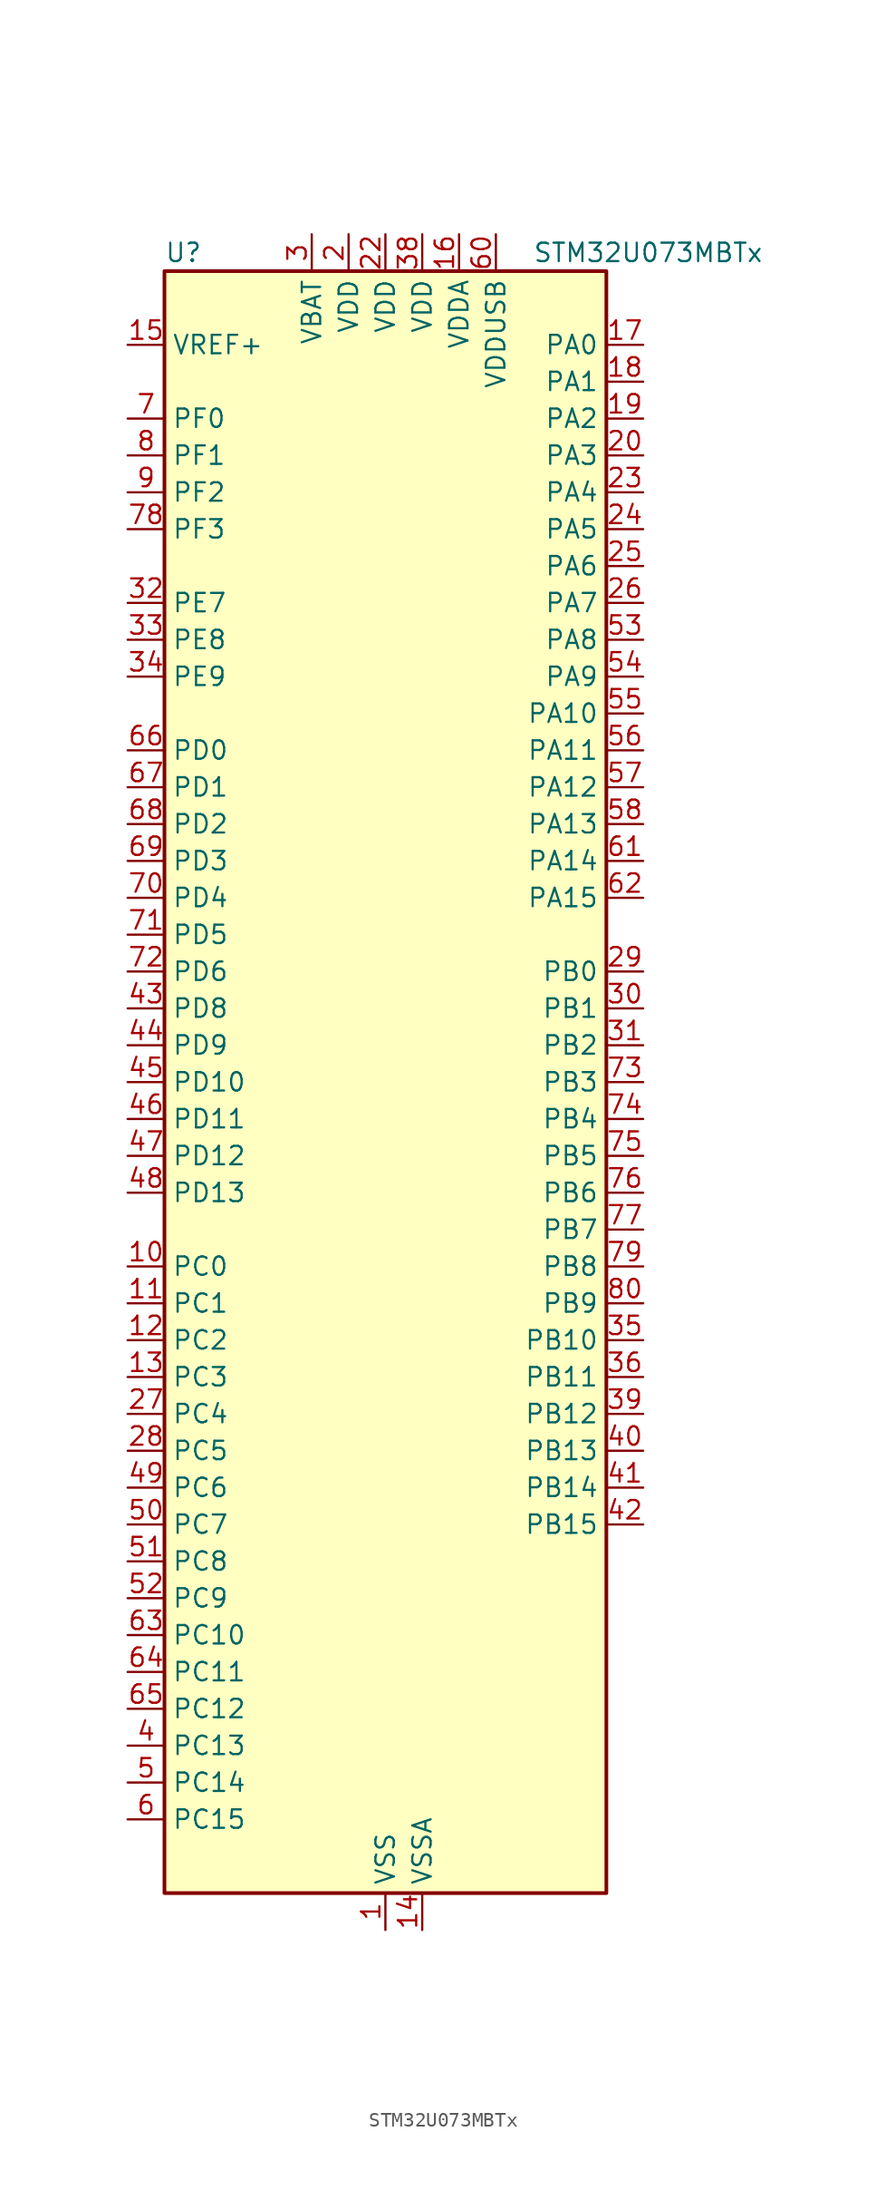
<source format=kicad_sym>
(kicad_symbol_lib
  (version 20241209)
  (generator "kicad_symbol_editor")
  (generator_version "9.0")
  (symbol "STM32U073MBTx"
    (property "Reference" "U"
      (at -15.24 57.15 0)
      (effects (font (size 1.27 1.27)) (justify left)))
    (property "Value" "STM32U073MBTx"
      (at 10.16 57.15 0)
      (effects (font (size 1.27 1.27)) (justify left)))
    (symbol "STM32U073MBTx_0_1"
      (rectangle (start -15.24 -55.88) (end 15.24 55.88) (stroke (width 0.254) (type default)) (fill (type background))))
    (symbol "STM32U073MBTx_1_1"
      (pin input line (at -17.78 50.8 0) (length 2.54) (name "VREF+" (effects (font (size 1.27 1.27)))) (number "15" (effects (font (size 1.27 1.27)))) (alternate "VREFBUF_OUT" bidirectional line))
      (pin bidirectional line (at -17.78 45.72 0) (length 2.54) (name "PF0" (effects (font (size 1.27 1.27)))) (number "7" (effects (font (size 1.27 1.27)))) (alternate "RCC_OSC_IN" bidirectional line))
      (pin bidirectional line (at -17.78 43.18 0) (length 2.54) (name "PF1" (effects (font (size 1.27 1.27)))) (number "8" (effects (font (size 1.27 1.27)))) (alternate "RCC_OSC_EN" bidirectional line) (alternate "RCC_OSC_OUT" bidirectional line))
      (pin bidirectional line (at -17.78 40.64 0) (length 2.54) (name "PF2" (effects (font (size 1.27 1.27)))) (number "9" (effects (font (size 1.27 1.27)))) (alternate "RCC_MCO" bidirectional line))
      (pin bidirectional line (at -17.78 38.1 0) (length 2.54) (name "PF3" (effects (font (size 1.27 1.27)))) (number "78" (effects (font (size 1.27 1.27)))))
      (pin bidirectional line (at -17.78 33.02 0) (length 2.54) (name "PE7" (effects (font (size 1.27 1.27)))) (number "32" (effects (font (size 1.27 1.27)))) (alternate "LCD_SEG45" bidirectional line) (alternate "TIM1_ETR" bidirectional line))
      (pin bidirectional line (at -17.78 30.48 0) (length 2.54) (name "PE8" (effects (font (size 1.27 1.27)))) (number "33" (effects (font (size 1.27 1.27)))) (alternate "LCD_SEG46" bidirectional line) (alternate "TIM1_CH1N" bidirectional line))
      (pin bidirectional line (at -17.78 27.94 0) (length 2.54) (name "PE9" (effects (font (size 1.27 1.27)))) (number "34" (effects (font (size 1.27 1.27)))) (alternate "DAC1_EXTI9" bidirectional line) (alternate "LCD_SEG47" bidirectional line) (alternate "LPTIM1_CH3" bidirectional line) (alternate "TIM1_CH1" bidirectional line))
      (pin bidirectional line (at -17.78 22.86 0) (length 2.54) (name "PD0" (effects (font (size 1.27 1.27)))) (number "66" (effects (font (size 1.27 1.27)))) (alternate "LCD_SEG34" bidirectional line) (alternate "SPI2_NSS" bidirectional line))
      (pin bidirectional line (at -17.78 20.32 0) (length 2.54) (name "PD1" (effects (font (size 1.27 1.27)))) (number "67" (effects (font (size 1.27 1.27)))) (alternate "LCD_SEG35" bidirectional line) (alternate "LPTIM1_CH4" bidirectional line) (alternate "SPI2_SCK" bidirectional line))
      (pin bidirectional line (at -17.78 17.78 0) (length 2.54) (name "PD2" (effects (font (size 1.27 1.27)))) (number "68" (effects (font (size 1.27 1.27)))) (alternate "LCD_COM7" bidirectional line) (alternate "LCD_SEG31" bidirectional line) (alternate "LCD_SEG51" bidirectional line) (alternate "TIM3_ETR" bidirectional line) (alternate "TSC_SYNC" bidirectional line) (alternate "USART3_DE" bidirectional line) (alternate "USART3_RTS" bidirectional line))
      (pin bidirectional line (at -17.78 15.24 0) (length 2.54) (name "PD3" (effects (font (size 1.27 1.27)))) (number "69" (effects (font (size 1.27 1.27)))) (alternate "LCD_SEG36" bidirectional line) (alternate "SPI2_MISO" bidirectional line) (alternate "USART2_CTS" bidirectional line))
      (pin bidirectional line (at -17.78 12.7 0) (length 2.54) (name "PD4" (effects (font (size 1.27 1.27)))) (number "70" (effects (font (size 1.27 1.27)))) (alternate "LCD_SEG37" bidirectional line) (alternate "LPTIM1_CH3" bidirectional line) (alternate "SPI2_MOSI" bidirectional line) (alternate "USART2_DE" bidirectional line) (alternate "USART2_RTS" bidirectional line))
      (pin bidirectional line (at -17.78 10.16 0) (length 2.54) (name "PD5" (effects (font (size 1.27 1.27)))) (number "71" (effects (font (size 1.27 1.27)))) (alternate "LCD_SEG38" bidirectional line) (alternate "USART2_TX" bidirectional line))
      (pin bidirectional line (at -17.78 7.62 0) (length 2.54) (name "PD6" (effects (font (size 1.27 1.27)))) (number "72" (effects (font (size 1.27 1.27)))) (alternate "LCD_SEG39" bidirectional line) (alternate "USART2_RX" bidirectional line))
      (pin bidirectional line (at -17.78 5.08 0) (length 2.54) (name "PD8" (effects (font (size 1.27 1.27)))) (number "43" (effects (font (size 1.27 1.27)))) (alternate "LCD_SEG28" bidirectional line) (alternate "LPUART3_TX" bidirectional line) (alternate "USART3_TX" bidirectional line))
      (pin bidirectional line (at -17.78 2.54 0) (length 2.54) (name "PD9" (effects (font (size 1.27 1.27)))) (number "44" (effects (font (size 1.27 1.27)))) (alternate "DAC1_EXTI9" bidirectional line) (alternate "LCD_SEG29" bidirectional line) (alternate "LPTIM3_IN1" bidirectional line) (alternate "LPUART3_RX" bidirectional line) (alternate "USART3_RX" bidirectional line))
      (pin bidirectional line (at -17.78 0 0) (length 2.54) (name "PD10" (effects (font (size 1.27 1.27)))) (number "45" (effects (font (size 1.27 1.27)))) (alternate "COMP2_INP" bidirectional line) (alternate "LCD_SEG30" bidirectional line) (alternate "LPTIM2_CH2" bidirectional line) (alternate "LPTIM3_ETR" bidirectional line) (alternate "TSC_G6_IO1" bidirectional line) (alternate "USART3_CK" bidirectional line))
      (pin bidirectional line (at -17.78 -2.54 0) (length 2.54) (name "PD11" (effects (font (size 1.27 1.27)))) (number "46" (effects (font (size 1.27 1.27)))) (alternate "ADC1_EXTI11" bidirectional line) (alternate "LCD_SEG31" bidirectional line) (alternate "LPTIM2_ETR" bidirectional line) (alternate "LPUART3_CTS" bidirectional line) (alternate "TSC_G6_IO2" bidirectional line) (alternate "USART3_CTS" bidirectional line))
      (pin bidirectional line (at -17.78 -5.08 0) (length 2.54) (name "PD12" (effects (font (size 1.27 1.27)))) (number "47" (effects (font (size 1.27 1.27)))) (alternate "I2C4_SCL" bidirectional line) (alternate "LCD_SEG32" bidirectional line) (alternate "LPTIM2_IN1" bidirectional line) (alternate "LPUART3_DE" bidirectional line) (alternate "LPUART3_RTS" bidirectional line) (alternate "TSC_G6_IO3" bidirectional line) (alternate "USART3_DE" bidirectional line) (alternate "USART3_RTS" bidirectional line))
      (pin bidirectional line (at -17.78 -7.62 0) (length 2.54) (name "PD13" (effects (font (size 1.27 1.27)))) (number "48" (effects (font (size 1.27 1.27)))) (alternate "I2C4_SDA" bidirectional line) (alternate "LCD_SEG33" bidirectional line) (alternate "LPTIM2_CH1" bidirectional line) (alternate "TSC_G6_IO4" bidirectional line))
      (pin bidirectional line (at -17.78 -12.7 0) (length 2.54) (name "PC0" (effects (font (size 1.27 1.27)))) (number "10" (effects (font (size 1.27 1.27)))) (alternate "ADC1_IN0" bidirectional line) (alternate "I2C3_SCL" bidirectional line) (alternate "I2C4_SCL" bidirectional line) (alternate "LCD_SEG18" bidirectional line) (alternate "LPTIM1_IN1" bidirectional line) (alternate "LPTIM2_IN1" bidirectional line) (alternate "LPUART1_RX" bidirectional line) (alternate "LPUART2_TX" bidirectional line))
      (pin bidirectional line (at -17.78 -15.24 0) (length 2.54) (name "PC1" (effects (font (size 1.27 1.27)))) (number "11" (effects (font (size 1.27 1.27)))) (alternate "ADC1_IN1" bidirectional line) (alternate "I2C3_SDA" bidirectional line) (alternate "I2C4_SDA" bidirectional line) (alternate "LCD_SEG19" bidirectional line) (alternate "LPTIM1_CH1" bidirectional line) (alternate "LPUART1_TX" bidirectional line) (alternate "LPUART2_RX" bidirectional line))
      (pin bidirectional line (at -17.78 -17.78 0) (length 2.54) (name "PC2" (effects (font (size 1.27 1.27)))) (number "12" (effects (font (size 1.27 1.27)))) (alternate "ADC1_IN2" bidirectional line) (alternate "LCD_SEG20" bidirectional line) (alternate "LPTIM1_IN2" bidirectional line) (alternate "RCC_MCO2" bidirectional line) (alternate "SPI2_MISO" bidirectional line))
      (pin bidirectional line (at -17.78 -20.32 0) (length 2.54) (name "PC3" (effects (font (size 1.27 1.27)))) (number "13" (effects (font (size 1.27 1.27)))) (alternate "ADC1_IN3" bidirectional line) (alternate "LCD_VLCD" bidirectional line) (alternate "LPTIM1_ETR" bidirectional line) (alternate "LPTIM2_ETR" bidirectional line) (alternate "LPTIM3_CH1" bidirectional line) (alternate "SPI2_MOSI" bidirectional line) (alternate "USART4_CK" bidirectional line))
      (pin bidirectional line (at -17.78 -22.86 0) (length 2.54) (name "PC4" (effects (font (size 1.27 1.27)))) (number "27" (effects (font (size 1.27 1.27)))) (alternate "ADC1_IN15" bidirectional line) (alternate "COMP1_INM" bidirectional line) (alternate "LCD_SEG22" bidirectional line) (alternate "LPUART3_TX" bidirectional line) (alternate "USART3_TX" bidirectional line))
      (pin bidirectional line (at -17.78 -25.4 0) (length 2.54) (name "PC5" (effects (font (size 1.27 1.27)))) (number "28" (effects (font (size 1.27 1.27)))) (alternate "ADC1_IN16" bidirectional line) (alternate "COMP1_INP" bidirectional line) (alternate "LCD_SEG23" bidirectional line) (alternate "LPTIM3_CH3" bidirectional line) (alternate "LPUART3_RX" bidirectional line) (alternate "PWR_WKUP5" bidirectional line) (alternate "TAMP_IN4" bidirectional line) (alternate "USART3_RX" bidirectional line))
      (pin bidirectional line (at -17.78 -27.94 0) (length 2.54) (name "PC6" (effects (font (size 1.27 1.27)))) (number "49" (effects (font (size 1.27 1.27)))) (alternate "COMP1_INP" bidirectional line) (alternate "LCD_SEG24" bidirectional line) (alternate "LPUART2_TX" bidirectional line) (alternate "TIM3_CH1" bidirectional line) (alternate "TSC_G4_IO1" bidirectional line))
      (pin bidirectional line (at -17.78 -30.48 0) (length 2.54) (name "PC7" (effects (font (size 1.27 1.27)))) (number "50" (effects (font (size 1.27 1.27)))) (alternate "LCD_SEG25" bidirectional line) (alternate "LPTIM2_CH2" bidirectional line) (alternate "LPTIM3_CH4" bidirectional line) (alternate "LPUART2_RX" bidirectional line) (alternate "TIM3_CH2" bidirectional line) (alternate "TSC_G4_IO2" bidirectional line))
      (pin bidirectional line (at -17.78 -33.02 0) (length 2.54) (name "PC8" (effects (font (size 1.27 1.27)))) (number "51" (effects (font (size 1.27 1.27)))) (alternate "LCD_SEG26" bidirectional line) (alternate "LPTIM3_CH1" bidirectional line) (alternate "TIM3_CH3" bidirectional line) (alternate "TSC_G4_IO3" bidirectional line))
      (pin bidirectional line (at -17.78 -35.56 0) (length 2.54) (name "PC9" (effects (font (size 1.27 1.27)))) (number "52" (effects (font (size 1.27 1.27)))) (alternate "DAC1_EXTI9" bidirectional line) (alternate "LCD_SEG27" bidirectional line) (alternate "LPTIM3_CH2" bidirectional line) (alternate "TIM3_CH4" bidirectional line) (alternate "TSC_G4_IO4" bidirectional line) (alternate "USB_NOE" bidirectional line))
      (pin bidirectional line (at -17.78 -38.1 0) (length 2.54) (name "PC10" (effects (font (size 1.27 1.27)))) (number "63" (effects (font (size 1.27 1.27)))) (alternate "LCD_COM4" bidirectional line) (alternate "LCD_SEG28" bidirectional line) (alternate "LCD_SEG48" bidirectional line) (alternate "LPTIM3_ETR" bidirectional line) (alternate "SPI3_SCK" bidirectional line) (alternate "TSC_G3_IO2" bidirectional line) (alternate "USART3_TX" bidirectional line) (alternate "USART4_TX" bidirectional line))
      (pin bidirectional line (at -17.78 -40.64 0) (length 2.54) (name "PC11" (effects (font (size 1.27 1.27)))) (number "64" (effects (font (size 1.27 1.27)))) (alternate "ADC1_EXTI11" bidirectional line) (alternate "LCD_COM5" bidirectional line) (alternate "LCD_SEG29" bidirectional line) (alternate "LCD_SEG49" bidirectional line) (alternate "LPTIM3_IN1" bidirectional line) (alternate "SPI3_MISO" bidirectional line) (alternate "TSC_G3_IO3" bidirectional line) (alternate "USART3_RX" bidirectional line) (alternate "USART4_RX" bidirectional line))
      (pin bidirectional line (at -17.78 -43.18 0) (length 2.54) (name "PC12" (effects (font (size 1.27 1.27)))) (number "65" (effects (font (size 1.27 1.27)))) (alternate "LCD_COM6" bidirectional line) (alternate "LCD_SEG30" bidirectional line) (alternate "LCD_SEG50" bidirectional line) (alternate "LPTIM3_CH3" bidirectional line) (alternate "SPI3_MOSI" bidirectional line) (alternate "USART3_CK" bidirectional line) (alternate "USART4_CK" bidirectional line))
      (pin bidirectional line (at -17.78 -45.72 0) (length 2.54) (name "PC13" (effects (font (size 1.27 1.27)))) (number "4" (effects (font (size 1.27 1.27)))) (alternate "LPTIM1_CH3" bidirectional line) (alternate "LPTIM3_CH3" bidirectional line) (alternate "PWR_WKUP2" bidirectional line) (alternate "RTC_OUT1" bidirectional line) (alternate "RTC_TS" bidirectional line) (alternate "TAMP_IN1" bidirectional line))
      (pin bidirectional line (at -17.78 -48.26 0) (length 2.54) (name "PC14" (effects (font (size 1.27 1.27)))) (number "5" (effects (font (size 1.27 1.27)))) (alternate "RCC_OSC32_IN" bidirectional line))
      (pin bidirectional line (at -17.78 -50.8 0) (length 2.54) (name "PC15" (effects (font (size 1.27 1.27)))) (number "6" (effects (font (size 1.27 1.27)))) (alternate "RCC_OSC32_EN" bidirectional line) (alternate "RCC_OSC32_OUT" bidirectional line) (alternate "RCC_OSC_EN" bidirectional line))
      (pin power_in line (at -5.08 58.42 270) (length 2.54) (name "VBAT" (effects (font (size 1.27 1.27)))) (number "3" (effects (font (size 1.27 1.27)))))
      (pin power_in line (at -2.54 58.42 270) (length 2.54) (name "VDD" (effects (font (size 1.27 1.27)))) (number "2" (effects (font (size 1.27 1.27)))))
      (pin power_in line (at 0 58.42 270) (length 2.54) (name "VDD" (effects (font (size 1.27 1.27)))) (number "22" (effects (font (size 1.27 1.27)))))
      (pin power_in line (at 0 -58.42 90) (length 2.54) (name "VSS" (effects (font (size 1.27 1.27)))) (number "1" (effects (font (size 1.27 1.27)))))
      (pin passive line (at 0 -58.42 90) (length 2.54) (hide yes) (name "VSS" (effects (font (size 1.27 1.27)))) (number "21" (effects (font (size 1.27 1.27)))))
      (pin passive line (at 0 -58.42 90) (length 2.54) (hide yes) (name "VSS" (effects (font (size 1.27 1.27)))) (number "37" (effects (font (size 1.27 1.27)))))
      (pin passive line (at 0 -58.42 90) (length 2.54) (hide yes) (name "VSS" (effects (font (size 1.27 1.27)))) (number "59" (effects (font (size 1.27 1.27)))))
      (pin power_in line (at 2.54 58.42 270) (length 2.54) (name "VDD" (effects (font (size 1.27 1.27)))) (number "38" (effects (font (size 1.27 1.27)))))
      (pin power_in line (at 2.54 -58.42 90) (length 2.54) (name "VSSA" (effects (font (size 1.27 1.27)))) (number "14" (effects (font (size 1.27 1.27)))))
      (pin power_in line (at 5.08 58.42 270) (length 2.54) (name "VDDA" (effects (font (size 1.27 1.27)))) (number "16" (effects (font (size 1.27 1.27)))))
      (pin power_in line (at 7.62 58.42 270) (length 2.54) (name "VDDUSB" (effects (font (size 1.27 1.27)))) (number "60" (effects (font (size 1.27 1.27)))))
      (pin bidirectional line (at 17.78 50.8 180) (length 2.54) (name "PA0" (effects (font (size 1.27 1.27)))) (number "17" (effects (font (size 1.27 1.27)))) (alternate "ADC1_IN4" bidirectional line) (alternate "COMP1_INM" bidirectional line) (alternate "COMP1_OUT" bidirectional line) (alternate "LCD_SEG42" bidirectional line) (alternate "OPAMP1_VINP" bidirectional line) (alternate "PWR_WKUP1" bidirectional line) (alternate "TAMP_IN2" bidirectional line) (alternate "TIM2_CH1" bidirectional line) (alternate "TIM2_ETR" bidirectional line) (alternate "USART2_CTS" bidirectional line) (alternate "USART4_TX" bidirectional line))
      (pin bidirectional line (at 17.78 48.26 180) (length 2.54) (name "PA1" (effects (font (size 1.27 1.27)))) (number "18" (effects (font (size 1.27 1.27)))) (alternate "ADC1_IN5" bidirectional line) (alternate "COMP1_INP" bidirectional line) (alternate "LCD_SEG0" bidirectional line) (alternate "LPTIM1_CH2" bidirectional line) (alternate "OPAMP1_VINM" bidirectional line) (alternate "PWR_WKUP3" bidirectional line) (alternate "SPI1_SCK" bidirectional line) (alternate "SPI2_SCK" bidirectional line) (alternate "TAMP_IN5" bidirectional line) (alternate "TIM15_CH1N" bidirectional line) (alternate "TIM2_CH2" bidirectional line) (alternate "USART2_DE" bidirectional line) (alternate "USART2_RTS" bidirectional line) (alternate "USART4_RX" bidirectional line))
      (pin bidirectional line (at 17.78 45.72 180) (length 2.54) (name "PA2" (effects (font (size 1.27 1.27)))) (number "19" (effects (font (size 1.27 1.27)))) (alternate "ADC1_IN6" bidirectional line) (alternate "COMP2_INM" bidirectional line) (alternate "COMP2_OUT" bidirectional line) (alternate "LCD_SEG1" bidirectional line) (alternate "LPUART1_TX" bidirectional line) (alternate "PWR_WKUP4" bidirectional line) (alternate "RCC_LSCO" bidirectional line) (alternate "TIM15_CH1" bidirectional line) (alternate "TIM2_CH3" bidirectional line) (alternate "USART2_TX" bidirectional line))
      (pin bidirectional line (at 17.78 43.18 180) (length 2.54) (name "PA3" (effects (font (size 1.27 1.27)))) (number "20" (effects (font (size 1.27 1.27)))) (alternate "ADC1_IN7" bidirectional line) (alternate "COMP2_INP" bidirectional line) (alternate "LCD_SEG2" bidirectional line) (alternate "LPUART1_RX" bidirectional line) (alternate "OPAMP1_VOUT" bidirectional line) (alternate "TIM15_CH2" bidirectional line) (alternate "TIM2_CH4" bidirectional line) (alternate "USART2_RX" bidirectional line))
      (pin bidirectional line (at 17.78 40.64 180) (length 2.54) (name "PA4" (effects (font (size 1.27 1.27)))) (number "23" (effects (font (size 1.27 1.27)))) (alternate "ADC1_IN8" bidirectional line) (alternate "COMP1_INM" bidirectional line) (alternate "COMP2_INM" bidirectional line) (alternate "DAC1_OUT1" bidirectional line) (alternate "LCD_SEG43" bidirectional line) (alternate "LPTIM2_CH1" bidirectional line) (alternate "LPUART3_TX" bidirectional line) (alternate "SPI1_NSS" bidirectional line) (alternate "SPI3_NSS" bidirectional line) (alternate "USART2_CK" bidirectional line))
      (pin bidirectional line (at 17.78 38.1 180) (length 2.54) (name "PA5" (effects (font (size 1.27 1.27)))) (number "24" (effects (font (size 1.27 1.27)))) (alternate "ADC1_IN9" bidirectional line) (alternate "COMP1_INM" bidirectional line) (alternate "COMP2_INM" bidirectional line) (alternate "LCD_SEG44" bidirectional line) (alternate "LPTIM2_ETR" bidirectional line) (alternate "LPUART3_RX" bidirectional line) (alternate "SPI1_SCK" bidirectional line) (alternate "TIM2_CH1" bidirectional line) (alternate "TIM2_ETR" bidirectional line) (alternate "USART3_TX" bidirectional line))
      (pin bidirectional line (at 17.78 35.56 180) (length 2.54) (name "PA6" (effects (font (size 1.27 1.27)))) (number "25" (effects (font (size 1.27 1.27)))) (alternate "ADC1_IN10" bidirectional line) (alternate "COMP1_OUT" bidirectional line) (alternate "I2C2_SDA" bidirectional line) (alternate "I2C3_SDA" bidirectional line) (alternate "LCD_SEG3" bidirectional line) (alternate "LPUART1_CTS" bidirectional line) (alternate "SPI1_MISO" bidirectional line) (alternate "TIM16_CH1" bidirectional line) (alternate "TIM1_BKIN" bidirectional line) (alternate "TIM3_CH1" bidirectional line) (alternate "TSC_G5_IO1" bidirectional line) (alternate "USART3_CTS" bidirectional line))
      (pin bidirectional line (at 17.78 33.02 180) (length 2.54) (name "PA7" (effects (font (size 1.27 1.27)))) (number "26" (effects (font (size 1.27 1.27)))) (alternate "ADC1_IN14" bidirectional line) (alternate "COMP2_OUT" bidirectional line) (alternate "I2C2_SCL" bidirectional line) (alternate "I2C3_SCL" bidirectional line) (alternate "LCD_SEG4" bidirectional line) (alternate "LPTIM2_CH2" bidirectional line) (alternate "SPI1_MOSI" bidirectional line) (alternate "TIM1_CH1N" bidirectional line) (alternate "TIM3_CH2" bidirectional line) (alternate "USART3_RX" bidirectional line))
      (pin bidirectional line (at 17.78 30.48 180) (length 2.54) (name "PA8" (effects (font (size 1.27 1.27)))) (number "53" (effects (font (size 1.27 1.27)))) (alternate "LCD_COM0" bidirectional line) (alternate "LPTIM2_CH1" bidirectional line) (alternate "RCC_MCO" bidirectional line) (alternate "RCC_MCO2" bidirectional line) (alternate "TIM1_CH1" bidirectional line) (alternate "TSC_G7_IO1" bidirectional line) (alternate "USART1_CK" bidirectional line))
      (pin bidirectional line (at 17.78 27.94 180) (length 2.54) (name "PA9" (effects (font (size 1.27 1.27)))) (number "54" (effects (font (size 1.27 1.27)))) (alternate "COMP1_INP" bidirectional line) (alternate "DAC1_EXTI9" bidirectional line) (alternate "I2C1_SCL" bidirectional line) (alternate "I2C2_SCL" bidirectional line) (alternate "LCD_COM1" bidirectional line) (alternate "RCC_MCO" bidirectional line) (alternate "TIM15_BKIN" bidirectional line) (alternate "TIM1_CH2" bidirectional line) (alternate "TSC_G7_IO2" bidirectional line) (alternate "USART1_TX" bidirectional line))
      (pin bidirectional line (at 17.78 25.4 180) (length 2.54) (name "PA10" (effects (font (size 1.27 1.27)))) (number "55" (effects (font (size 1.27 1.27)))) (alternate "CRS_SYNC" bidirectional line) (alternate "I2C1_SDA" bidirectional line) (alternate "I2C2_SDA" bidirectional line) (alternate "LCD_COM2" bidirectional line) (alternate "RCC_MCO2" bidirectional line) (alternate "SPI2_NSS" bidirectional line) (alternate "TIM1_CH3" bidirectional line) (alternate "TSC_G7_IO3" bidirectional line) (alternate "USART1_RX" bidirectional line))
      (pin bidirectional line (at 17.78 22.86 180) (length 2.54) (name "PA11" (effects (font (size 1.27 1.27)))) (number "56" (effects (font (size 1.27 1.27)))) (alternate "ADC1_EXTI11" bidirectional line) (alternate "COMP1_OUT" bidirectional line) (alternate "SPI1_MISO" bidirectional line) (alternate "SPI2_MISO" bidirectional line) (alternate "TIM1_BKIN2" bidirectional line) (alternate "TIM1_CH4" bidirectional line) (alternate "USART1_CTS" bidirectional line) (alternate "USB_DM" bidirectional line))
      (pin bidirectional line (at 17.78 20.32 180) (length 2.54) (name "PA12" (effects (font (size 1.27 1.27)))) (number "57" (effects (font (size 1.27 1.27)))) (alternate "SPI1_MOSI" bidirectional line) (alternate "SPI2_MOSI" bidirectional line) (alternate "TIM1_ETR" bidirectional line) (alternate "USART1_DE" bidirectional line) (alternate "USART1_RTS" bidirectional line) (alternate "USB_DP" bidirectional line))
      (pin bidirectional line (at 17.78 17.78 180) (length 2.54) (name "PA13" (effects (font (size 1.27 1.27)))) (number "58" (effects (font (size 1.27 1.27)))) (alternate "DEBUG_JTMS-SWDIO" bidirectional line) (alternate "IR_OUT" bidirectional line) (alternate "LCD_SEG40" bidirectional line) (alternate "TSC_G7_IO4" bidirectional line) (alternate "USB_NOE" bidirectional line))
      (pin bidirectional line (at 17.78 15.24 180) (length 2.54) (name "PA14" (effects (font (size 1.27 1.27)))) (number "61" (effects (font (size 1.27 1.27)))) (alternate "DEBUG_JTCK-SWCLK" bidirectional line) (alternate "LCD_SEG41" bidirectional line) (alternate "LPTIM1_CH1" bidirectional line) (alternate "TSC_G3_IO4" bidirectional line))
      (pin bidirectional line (at 17.78 12.7 180) (length 2.54) (name "PA15" (effects (font (size 1.27 1.27)))) (number "62" (effects (font (size 1.27 1.27)))) (alternate "DEBUG_JTDI" bidirectional line) (alternate "LCD_SEG17" bidirectional line) (alternate "LPTIM3_CH3" bidirectional line) (alternate "LPTIM3_IN2" bidirectional line) (alternate "SPI1_NSS" bidirectional line) (alternate "SPI3_NSS" bidirectional line) (alternate "TIM2_CH1" bidirectional line) (alternate "TIM2_ETR" bidirectional line) (alternate "TSC_G3_IO1" bidirectional line) (alternate "USART2_RX" bidirectional line) (alternate "USART3_DE" bidirectional line) (alternate "USART3_RTS" bidirectional line) (alternate "USART4_DE" bidirectional line) (alternate "USART4_RTS" bidirectional line))
      (pin bidirectional line (at 17.78 7.62 180) (length 2.54) (name "PB0" (effects (font (size 1.27 1.27)))) (number "29" (effects (font (size 1.27 1.27)))) (alternate "ADC1_IN17" bidirectional line) (alternate "COMP1_OUT" bidirectional line) (alternate "LCD_SEG5" bidirectional line) (alternate "LPTIM3_CH1" bidirectional line) (alternate "LPUART2_CTS" bidirectional line) (alternate "SPI1_NSS" bidirectional line) (alternate "TIM1_CH2N" bidirectional line) (alternate "TIM3_CH3" bidirectional line) (alternate "TSC_G5_IO2" bidirectional line) (alternate "USART3_CK" bidirectional line))
      (pin bidirectional line (at 17.78 5.08 180) (length 2.54) (name "PB1" (effects (font (size 1.27 1.27)))) (number "30" (effects (font (size 1.27 1.27)))) (alternate "ADC1_IN18" bidirectional line) (alternate "COMP1_INM" bidirectional line) (alternate "LCD_SEG6" bidirectional line) (alternate "LPTIM2_IN1" bidirectional line) (alternate "LPTIM3_CH2" bidirectional line) (alternate "LPUART1_DE" bidirectional line) (alternate "LPUART1_RTS" bidirectional line) (alternate "LPUART2_DE" bidirectional line) (alternate "LPUART2_RTS" bidirectional line) (alternate "TIM1_CH3N" bidirectional line) (alternate "TIM3_CH4" bidirectional line) (alternate "TSC_SYNC" bidirectional line) (alternate "USART3_DE" bidirectional line) (alternate "USART3_RTS" bidirectional line))
      (pin bidirectional line (at 17.78 2.54 180) (length 2.54) (name "PB2" (effects (font (size 1.27 1.27)))) (number "31" (effects (font (size 1.27 1.27)))) (alternate "COMP1_INP" bidirectional line) (alternate "LCD_VLCD" bidirectional line) (alternate "LPTIM1_CH1" bidirectional line) (alternate "RTC_OUT2" bidirectional line))
      (pin bidirectional line (at 17.78 0 180) (length 2.54) (name "PB3" (effects (font (size 1.27 1.27)))) (number "73" (effects (font (size 1.27 1.27)))) (alternate "COMP2_INM" bidirectional line) (alternate "DEBUG_JTDO-SWO" bidirectional line) (alternate "I2C2_SCL" bidirectional line) (alternate "I2C3_SCL" bidirectional line) (alternate "LCD_SEG7" bidirectional line) (alternate "LPTIM1_CH3" bidirectional line) (alternate "SPI1_SCK" bidirectional line) (alternate "SPI3_SCK" bidirectional line) (alternate "TIM2_CH2" bidirectional line) (alternate "USART1_DE" bidirectional line) (alternate "USART1_RTS" bidirectional line))
      (pin bidirectional line (at 17.78 -2.54 180) (length 2.54) (name "PB4" (effects (font (size 1.27 1.27)))) (number "74" (effects (font (size 1.27 1.27)))) (alternate "COMP2_INP" bidirectional line) (alternate "I2C2_SDA" bidirectional line) (alternate "I2C3_SDA" bidirectional line) (alternate "LCD_SEG8" bidirectional line) (alternate "LPTIM1_CH4" bidirectional line) (alternate "LPUART3_DE" bidirectional line) (alternate "LPUART3_RTS" bidirectional line) (alternate "SPI1_MISO" bidirectional line) (alternate "SPI3_MISO" bidirectional line) (alternate "TIM3_CH1" bidirectional line) (alternate "TSC_G2_IO1" bidirectional line) (alternate "USART1_CTS" bidirectional line))
      (pin bidirectional line (at 17.78 -5.08 180) (length 2.54) (name "PB5" (effects (font (size 1.27 1.27)))) (number "75" (effects (font (size 1.27 1.27)))) (alternate "COMP2_OUT" bidirectional line) (alternate "LCD_SEG9" bidirectional line) (alternate "LPTIM1_IN1" bidirectional line) (alternate "LPUART3_CTS" bidirectional line) (alternate "SPI1_MOSI" bidirectional line) (alternate "SPI3_MOSI" bidirectional line) (alternate "TIM16_BKIN" bidirectional line) (alternate "TIM3_CH2" bidirectional line) (alternate "TSC_G2_IO2" bidirectional line) (alternate "USART1_CK" bidirectional line))
      (pin bidirectional line (at 17.78 -7.62 180) (length 2.54) (name "PB6" (effects (font (size 1.27 1.27)))) (number "76" (effects (font (size 1.27 1.27)))) (alternate "COMP2_INP" bidirectional line) (alternate "I2C1_SCL" bidirectional line) (alternate "I2C2_SCL" bidirectional line) (alternate "I2C4_SCL" bidirectional line) (alternate "LPTIM1_ETR" bidirectional line) (alternate "LPUART2_TX" bidirectional line) (alternate "LPUART3_TX" bidirectional line) (alternate "TIM16_CH1N" bidirectional line) (alternate "TSC_G2_IO3" bidirectional line) (alternate "USART1_TX" bidirectional line))
      (pin bidirectional line (at 17.78 -10.16 180) (length 2.54) (name "PB7" (effects (font (size 1.27 1.27)))) (number "77" (effects (font (size 1.27 1.27)))) (alternate "COMP2_INM" bidirectional line) (alternate "I2C1_SDA" bidirectional line) (alternate "I2C2_SDA" bidirectional line) (alternate "I2C4_SDA" bidirectional line) (alternate "LCD_SEG21" bidirectional line) (alternate "LPTIM1_IN2" bidirectional line) (alternate "LPUART2_RX" bidirectional line) (alternate "LPUART3_RX" bidirectional line) (alternate "PWR_PVD_IN" bidirectional line) (alternate "TSC_G2_IO4" bidirectional line) (alternate "USART1_RX" bidirectional line) (alternate "USART4_CTS" bidirectional line))
      (pin bidirectional line (at 17.78 -12.7 180) (length 2.54) (name "PB8" (effects (font (size 1.27 1.27)))) (number "79" (effects (font (size 1.27 1.27)))) (alternate "I2C1_SCL" bidirectional line) (alternate "I2C2_SCL" bidirectional line) (alternate "LCD_SEG16" bidirectional line) (alternate "LPTIM1_IN2" bidirectional line) (alternate "LPTIM3_IN2" bidirectional line) (alternate "TIM16_CH1" bidirectional line) (alternate "USART3_TX" bidirectional line))
      (pin bidirectional line (at 17.78 -15.24 180) (length 2.54) (name "PB9" (effects (font (size 1.27 1.27)))) (number "80" (effects (font (size 1.27 1.27)))) (alternate "DAC1_EXTI9" bidirectional line) (alternate "I2C1_SDA" bidirectional line) (alternate "I2C2_SDA" bidirectional line) (alternate "IR_OUT" bidirectional line) (alternate "LCD_COM3" bidirectional line) (alternate "LPTIM1_CH4" bidirectional line) (alternate "LPTIM3_CH4" bidirectional line) (alternate "SPI2_NSS" bidirectional line) (alternate "USART3_RX" bidirectional line))
      (pin bidirectional line (at 17.78 -17.78 180) (length 2.54) (name "PB10" (effects (font (size 1.27 1.27)))) (number "35" (effects (font (size 1.27 1.27)))) (alternate "COMP1_OUT" bidirectional line) (alternate "I2C2_SCL" bidirectional line) (alternate "I2C4_SCL" bidirectional line) (alternate "LCD_SEG10" bidirectional line) (alternate "LPTIM3_CH1" bidirectional line) (alternate "LPUART1_RX" bidirectional line) (alternate "LPUART2_RX" bidirectional line) (alternate "SPI2_SCK" bidirectional line) (alternate "TIM2_CH3" bidirectional line) (alternate "TSC_G5_IO3" bidirectional line) (alternate "USART3_TX" bidirectional line))
      (pin bidirectional line (at 17.78 -20.32 180) (length 2.54) (name "PB11" (effects (font (size 1.27 1.27)))) (number "36" (effects (font (size 1.27 1.27)))) (alternate "ADC1_EXTI11" bidirectional line) (alternate "COMP2_OUT" bidirectional line) (alternate "I2C2_SDA" bidirectional line) (alternate "I2C4_SDA" bidirectional line) (alternate "LCD_SEG11" bidirectional line) (alternate "LPUART1_TX" bidirectional line) (alternate "LPUART2_TX" bidirectional line) (alternate "TIM2_CH4" bidirectional line) (alternate "TSC_G5_IO4" bidirectional line) (alternate "USART3_RX" bidirectional line))
      (pin bidirectional line (at 17.78 -22.86 180) (length 2.54) (name "PB12" (effects (font (size 1.27 1.27)))) (number "39" (effects (font (size 1.27 1.27)))) (alternate "LCD_SEG12" bidirectional line) (alternate "LPUART1_DE" bidirectional line) (alternate "LPUART1_RTS" bidirectional line) (alternate "SPI2_NSS" bidirectional line) (alternate "TIM15_BKIN" bidirectional line) (alternate "TIM1_BKIN" bidirectional line) (alternate "TSC_G1_IO1" bidirectional line) (alternate "USART3_CK" bidirectional line))
      (pin bidirectional line (at 17.78 -25.4 180) (length 2.54) (name "PB13" (effects (font (size 1.27 1.27)))) (number "40" (effects (font (size 1.27 1.27)))) (alternate "I2C2_SCL" bidirectional line) (alternate "LCD_SEG13" bidirectional line) (alternate "LPTIM3_IN1" bidirectional line) (alternate "LPUART1_CTS" bidirectional line) (alternate "SPI2_SCK" bidirectional line) (alternate "TIM15_CH1N" bidirectional line) (alternate "TIM1_CH1N" bidirectional line) (alternate "TSC_G1_IO2" bidirectional line) (alternate "USART3_CTS" bidirectional line))
      (pin bidirectional line (at 17.78 -27.94 180) (length 2.54) (name "PB14" (effects (font (size 1.27 1.27)))) (number "41" (effects (font (size 1.27 1.27)))) (alternate "I2C2_SDA" bidirectional line) (alternate "LCD_SEG14" bidirectional line) (alternate "LPTIM3_ETR" bidirectional line) (alternate "SPI2_MISO" bidirectional line) (alternate "TIM15_CH1" bidirectional line) (alternate "TIM1_CH2N" bidirectional line) (alternate "TSC_G1_IO3" bidirectional line) (alternate "USART3_DE" bidirectional line) (alternate "USART3_RTS" bidirectional line))
      (pin bidirectional line (at 17.78 -30.48 180) (length 2.54) (name "PB15" (effects (font (size 1.27 1.27)))) (number "42" (effects (font (size 1.27 1.27)))) (alternate "LCD_SEG15" bidirectional line) (alternate "PWR_WKUP7" bidirectional line) (alternate "RTC_REFIN" bidirectional line) (alternate "SPI2_MOSI" bidirectional line) (alternate "TAMP_IN3" bidirectional line) (alternate "TIM15_CH2" bidirectional line) (alternate "TIM1_CH3N" bidirectional line) (alternate "TSC_G1_IO4" bidirectional line)))))
</source>
